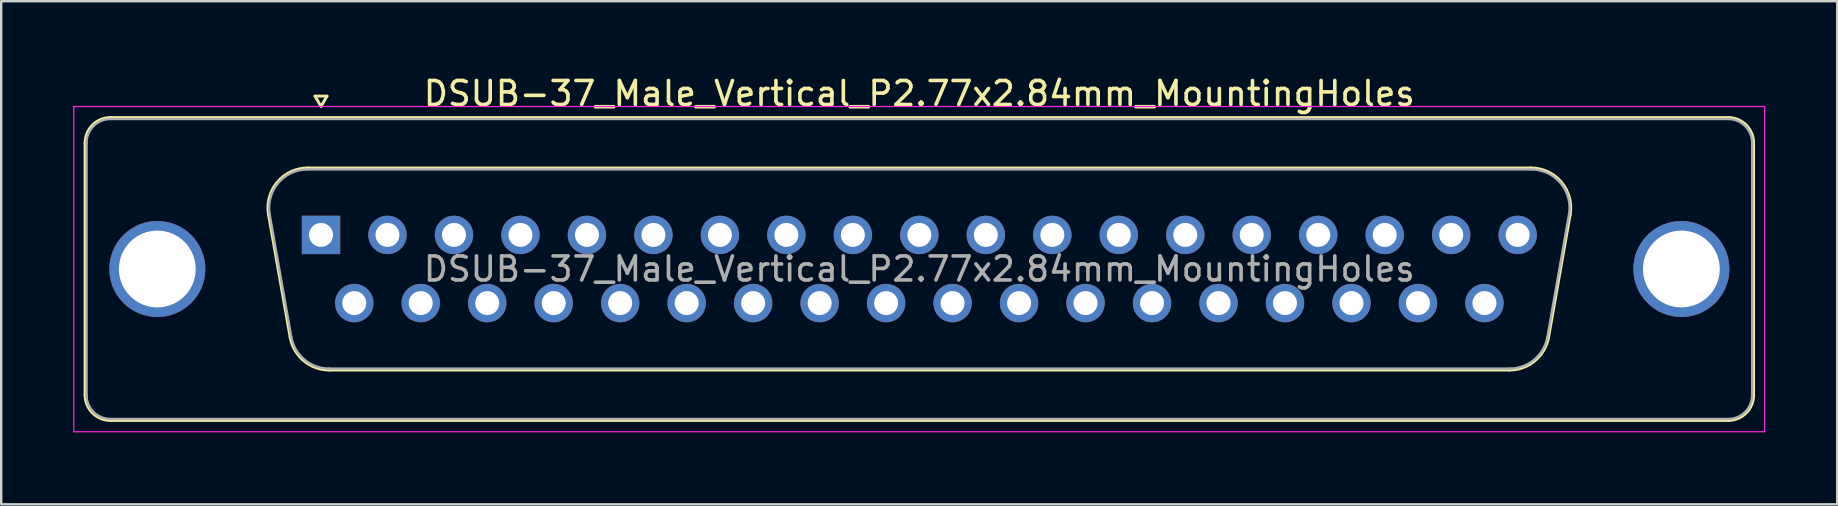
<source format=kicad_pcb>
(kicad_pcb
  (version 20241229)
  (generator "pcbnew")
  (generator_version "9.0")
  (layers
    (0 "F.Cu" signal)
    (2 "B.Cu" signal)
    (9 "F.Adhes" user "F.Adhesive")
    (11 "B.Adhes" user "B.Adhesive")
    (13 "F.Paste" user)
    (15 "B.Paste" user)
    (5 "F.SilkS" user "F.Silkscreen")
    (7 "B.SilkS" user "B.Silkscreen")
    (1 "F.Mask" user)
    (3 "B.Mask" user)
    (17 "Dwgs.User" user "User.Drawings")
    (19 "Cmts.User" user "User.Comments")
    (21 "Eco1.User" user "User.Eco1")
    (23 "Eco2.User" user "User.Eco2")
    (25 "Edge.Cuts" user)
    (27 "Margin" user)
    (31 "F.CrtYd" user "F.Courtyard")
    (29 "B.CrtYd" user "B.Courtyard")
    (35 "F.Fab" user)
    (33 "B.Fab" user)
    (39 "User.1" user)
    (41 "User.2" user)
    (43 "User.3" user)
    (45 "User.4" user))
  (footprint "DSUB-37_Male_Vertical_P2.77x2.84mm_MountingHoles"
    (layer "F.Cu")
    (at 10.325 6.738)
    (property "Reference" "DSUB-37_Male_Vertical_P2.77x2.84mm_MountingHoles" (at 24.93 -5.89 0) (layer "F.SilkS") (effects (font (size 1 1) (thickness 0.15))))
    (attr through_hole)
    (fp_line (start -9.83 6.67) (end -9.83 -3.83) (stroke (width 0.12) (type solid)) (layer "F.SilkS"))
    (fp_line (start -8.77 -4.89) (end 58.63 -4.89) (stroke (width 0.12) (type solid)) (layer "F.SilkS"))
    (fp_line (start -2.186 -0.842) (end -1.287 4.258) (stroke (width 0.12) (type solid)) (layer "F.SilkS"))
    (fp_line (start -0.552 -2.79) (end 50.412 -2.79) (stroke (width 0.12) (type solid)) (layer "F.SilkS"))
    (fp_line (start -0.25 -5.784) (end 0.25 -5.784) (stroke (width 0.12) (type solid)) (layer "F.SilkS"))
    (fp_line (start 0 -5.351) (end -0.25 -5.784) (stroke (width 0.12) (type solid)) (layer "F.SilkS"))
    (fp_line (start 0.25 -5.784) (end 0 -5.351) (stroke (width 0.12) (type solid)) (layer "F.SilkS"))
    (fp_line (start 0.348 5.63) (end 49.512 5.63) (stroke (width 0.12) (type solid)) (layer "F.SilkS"))
    (fp_line (start 52.046 -0.842) (end 51.147 4.258) (stroke (width 0.12) (type solid)) (layer "F.SilkS"))
    (fp_line (start 58.63 7.73) (end -8.77 7.73) (stroke (width 0.12) (type solid)) (layer "F.SilkS"))
    (fp_line (start 59.69 -3.83) (end 59.69 6.67) (stroke (width 0.12) (type solid)) (layer "F.SilkS"))
    (fp_arc (start -9.83 -3.83) (mid -9.519533 -4.579533) (end -8.77 -4.89) (stroke (width 0.12) (type solid)) (layer "F.SilkS"))
    (fp_arc (start -8.77 7.73) (mid -9.519533 7.419533) (end -9.83 6.67) (stroke (width 0.12) (type solid)) (layer "F.SilkS"))
    (fp_arc (start -2.18647 -0.841744) (mid -1.823323 -2.197028) (end -0.551689 -2.79) (stroke (width 0.12) (type solid)) (layer "F.SilkS"))
    (fp_arc (start 0.347579 5.63) (mid -0.719448 5.241634) (end -1.287202 4.258256) (stroke (width 0.12) (type solid)) (layer "F.SilkS"))
    (fp_arc (start 50.411689 -2.79) (mid 51.683323 -2.197027) (end 52.04647 -0.841744) (stroke (width 0.12) (type solid)) (layer "F.SilkS"))
    (fp_arc (start 51.147202 4.258256) (mid 50.579449 5.241634) (end 49.512421 5.63) (stroke (width 0.12) (type solid)) (layer "F.SilkS"))
    (fp_arc (start 58.63 -4.89) (mid 59.379533 -4.579533) (end 59.69 -3.83) (stroke (width 0.12) (type solid)) (layer "F.SilkS"))
    (fp_arc (start 59.69 6.67) (mid 59.379533 7.419533) (end 58.63 7.73) (stroke (width 0.12) (type solid)) (layer "F.SilkS"))
    (fp_line (start -10.3 -5.35) (end -10.3 8.2) (stroke (width 0.05) (type solid)) (layer "F.CrtYd"))
    (fp_line (start -10.3 8.2) (end 60.15 8.2) (stroke (width 0.05) (type solid)) (layer "F.CrtYd"))
    (fp_line (start 60.15 -5.35) (end -10.3 -5.35) (stroke (width 0.05) (type solid)) (layer "F.CrtYd"))
    (fp_line (start 60.15 8.2) (end 60.15 -5.35) (stroke (width 0.05) (type solid)) (layer "F.CrtYd"))
    (fp_line (start -9.77 6.67) (end -9.77 -3.83) (stroke (width 0.1) (type solid)) (layer "F.Fab"))
    (fp_line (start -8.77 -4.83) (end 58.63 -4.83) (stroke (width 0.1) (type solid)) (layer "F.Fab"))
    (fp_line (start -2.139 -0.852) (end -1.24 4.248) (stroke (width 0.1) (type solid)) (layer "F.Fab"))
    (fp_line (start -0.563 -2.73) (end 50.423 -2.73) (stroke (width 0.1) (type solid)) (layer "F.Fab"))
    (fp_line (start 0.336 5.57) (end 49.524 5.57) (stroke (width 0.1) (type solid)) (layer "F.Fab"))
    (fp_line (start 51.999 -0.852) (end 51.1 4.248) (stroke (width 0.1) (type solid)) (layer "F.Fab"))
    (fp_line (start 58.63 7.67) (end -8.77 7.67) (stroke (width 0.1) (type solid)) (layer "F.Fab"))
    (fp_line (start 59.63 -3.83) (end 59.63 6.67) (stroke (width 0.1) (type solid)) (layer "F.Fab"))
    (fp_arc (start -9.77 -3.83) (mid -9.477107 -4.537107) (end -8.77 -4.83) (stroke (width 0.1) (type solid)) (layer "F.Fab"))
    (fp_arc (start -8.77 7.67) (mid -9.477107 7.377107) (end -9.77 6.67) (stroke (width 0.1) (type solid)) (layer "F.Fab"))
    (fp_arc (start -2.138886 -0.852163) (mid -1.788865 -2.15846) (end -0.563194 -2.73) (stroke (width 0.1) (type solid)) (layer "F.Fab"))
    (fp_arc (start 0.336073 5.57) (mid -0.692387 5.195671) (end -1.239619 4.247837) (stroke (width 0.1) (type solid)) (layer "F.Fab"))
    (fp_arc (start 50.423194 -2.73) (mid 51.648865 -2.15846) (end 51.998886 -0.852163) (stroke (width 0.1) (type solid)) (layer "F.Fab"))
    (fp_arc (start 51.099619 4.247837) (mid 50.552387 5.195671) (end 49.523927 5.57) (stroke (width 0.1) (type solid)) (layer "F.Fab"))
    (fp_arc (start 58.63 -4.83) (mid 59.337107 -4.537107) (end 59.63 -3.83) (stroke (width 0.1) (type solid)) (layer "F.Fab"))
    (fp_arc (start 59.63 6.67) (mid 59.337107 7.377107) (end 58.63 7.67) (stroke (width 0.1) (type solid)) (layer "F.Fab"))
    (fp_text user "${REFERENCE}" (at 24.93 1.42 0) (layer "F.Fab") (effects (font (size 1 1) (thickness 0.15))))
    (pad "0" thru_hole circle (at -6.82 1.42) (size 4 4) (drill 3.2) (layers "*.Cu" "*.Mask"))
    (pad "0" thru_hole circle (at 56.68 1.42) (size 4 4) (drill 3.2) (layers "*.Cu" "*.Mask"))
    (pad "1" thru_hole rect (at 0 0) (size 1.6 1.6) (drill 1) (layers "*.Cu" "*.Mask"))
    (pad "2" thru_hole circle (at 2.77 0) (size 1.6 1.6) (drill 1) (layers "*.Cu" "*.Mask"))
    (pad "3" thru_hole circle (at 5.54 0) (size 1.6 1.6) (drill 1) (layers "*.Cu" "*.Mask"))
    (pad "4" thru_hole circle (at 8.31 0) (size 1.6 1.6) (drill 1) (layers "*.Cu" "*.Mask"))
    (pad "5" thru_hole circle (at 11.08 0) (size 1.6 1.6) (drill 1) (layers "*.Cu" "*.Mask"))
    (pad "6" thru_hole circle (at 13.85 0) (size 1.6 1.6) (drill 1) (layers "*.Cu" "*.Mask"))
    (pad "7" thru_hole circle (at 16.62 0) (size 1.6 1.6) (drill 1) (layers "*.Cu" "*.Mask"))
    (pad "8" thru_hole circle (at 19.39 0) (size 1.6 1.6) (drill 1) (layers "*.Cu" "*.Mask"))
    (pad "9" thru_hole circle (at 22.16 0) (size 1.6 1.6) (drill 1) (layers "*.Cu" "*.Mask"))
    (pad "10" thru_hole circle (at 24.93 0) (size 1.6 1.6) (drill 1) (layers "*.Cu" "*.Mask"))
    (pad "11" thru_hole circle (at 27.7 0) (size 1.6 1.6) (drill 1) (layers "*.Cu" "*.Mask"))
    (pad "12" thru_hole circle (at 30.47 0) (size 1.6 1.6) (drill 1) (layers "*.Cu" "*.Mask"))
    (pad "13" thru_hole circle (at 33.24 0) (size 1.6 1.6) (drill 1) (layers "*.Cu" "*.Mask"))
    (pad "14" thru_hole circle (at 36.01 0) (size 1.6 1.6) (drill 1) (layers "*.Cu" "*.Mask"))
    (pad "15" thru_hole circle (at 38.78 0) (size 1.6 1.6) (drill 1) (layers "*.Cu" "*.Mask"))
    (pad "16" thru_hole circle (at 41.55 0) (size 1.6 1.6) (drill 1) (layers "*.Cu" "*.Mask"))
    (pad "17" thru_hole circle (at 44.32 0) (size 1.6 1.6) (drill 1) (layers "*.Cu" "*.Mask"))
    (pad "18" thru_hole circle (at 47.09 0) (size 1.6 1.6) (drill 1) (layers "*.Cu" "*.Mask"))
    (pad "19" thru_hole circle (at 49.86 0) (size 1.6 1.6) (drill 1) (layers "*.Cu" "*.Mask"))
    (pad "20" thru_hole circle (at 1.385 2.84) (size 1.6 1.6) (drill 1) (layers "*.Cu" "*.Mask"))
    (pad "21" thru_hole circle (at 4.155 2.84) (size 1.6 1.6) (drill 1) (layers "*.Cu" "*.Mask"))
    (pad "22" thru_hole circle (at 6.925 2.84) (size 1.6 1.6) (drill 1) (layers "*.Cu" "*.Mask"))
    (pad "23" thru_hole circle (at 9.695 2.84) (size 1.6 1.6) (drill 1) (layers "*.Cu" "*.Mask"))
    (pad "24" thru_hole circle (at 12.465 2.84) (size 1.6 1.6) (drill 1) (layers "*.Cu" "*.Mask"))
    (pad "25" thru_hole circle (at 15.235 2.84) (size 1.6 1.6) (drill 1) (layers "*.Cu" "*.Mask"))
    (pad "26" thru_hole circle (at 18.005 2.84) (size 1.6 1.6) (drill 1) (layers "*.Cu" "*.Mask"))
    (pad "27" thru_hole circle (at 20.775 2.84) (size 1.6 1.6) (drill 1) (layers "*.Cu" "*.Mask"))
    (pad "28" thru_hole circle (at 23.545 2.84) (size 1.6 1.6) (drill 1) (layers "*.Cu" "*.Mask"))
    (pad "29" thru_hole circle (at 26.315 2.84) (size 1.6 1.6) (drill 1) (layers "*.Cu" "*.Mask"))
    (pad "30" thru_hole circle (at 29.085 2.84) (size 1.6 1.6) (drill 1) (layers "*.Cu" "*.Mask"))
    (pad "31" thru_hole circle (at 31.855 2.84) (size 1.6 1.6) (drill 1) (layers "*.Cu" "*.Mask"))
    (pad "32" thru_hole circle (at 34.625 2.84) (size 1.6 1.6) (drill 1) (layers "*.Cu" "*.Mask"))
    (pad "33" thru_hole circle (at 37.395 2.84) (size 1.6 1.6) (drill 1) (layers "*.Cu" "*.Mask"))
    (pad "34" thru_hole circle (at 40.165 2.84) (size 1.6 1.6) (drill 1) (layers "*.Cu" "*.Mask"))
    (pad "35" thru_hole circle (at 42.935 2.84) (size 1.6 1.6) (drill 1) (layers "*.Cu" "*.Mask"))
    (pad "36" thru_hole circle (at 45.705 2.84) (size 1.6 1.6) (drill 1) (layers "*.Cu" "*.Mask"))
    (pad "37" thru_hole circle (at 48.475 2.84) (size 1.6 1.6) (drill 1) (layers "*.Cu" "*.Mask")))
  (gr_rect
    (start -3 -3)
    (end 73.5 17.963)
    (stroke (width 0.1) (type default))
    (fill no)
    (layer "Edge.Cuts")))
</source>
